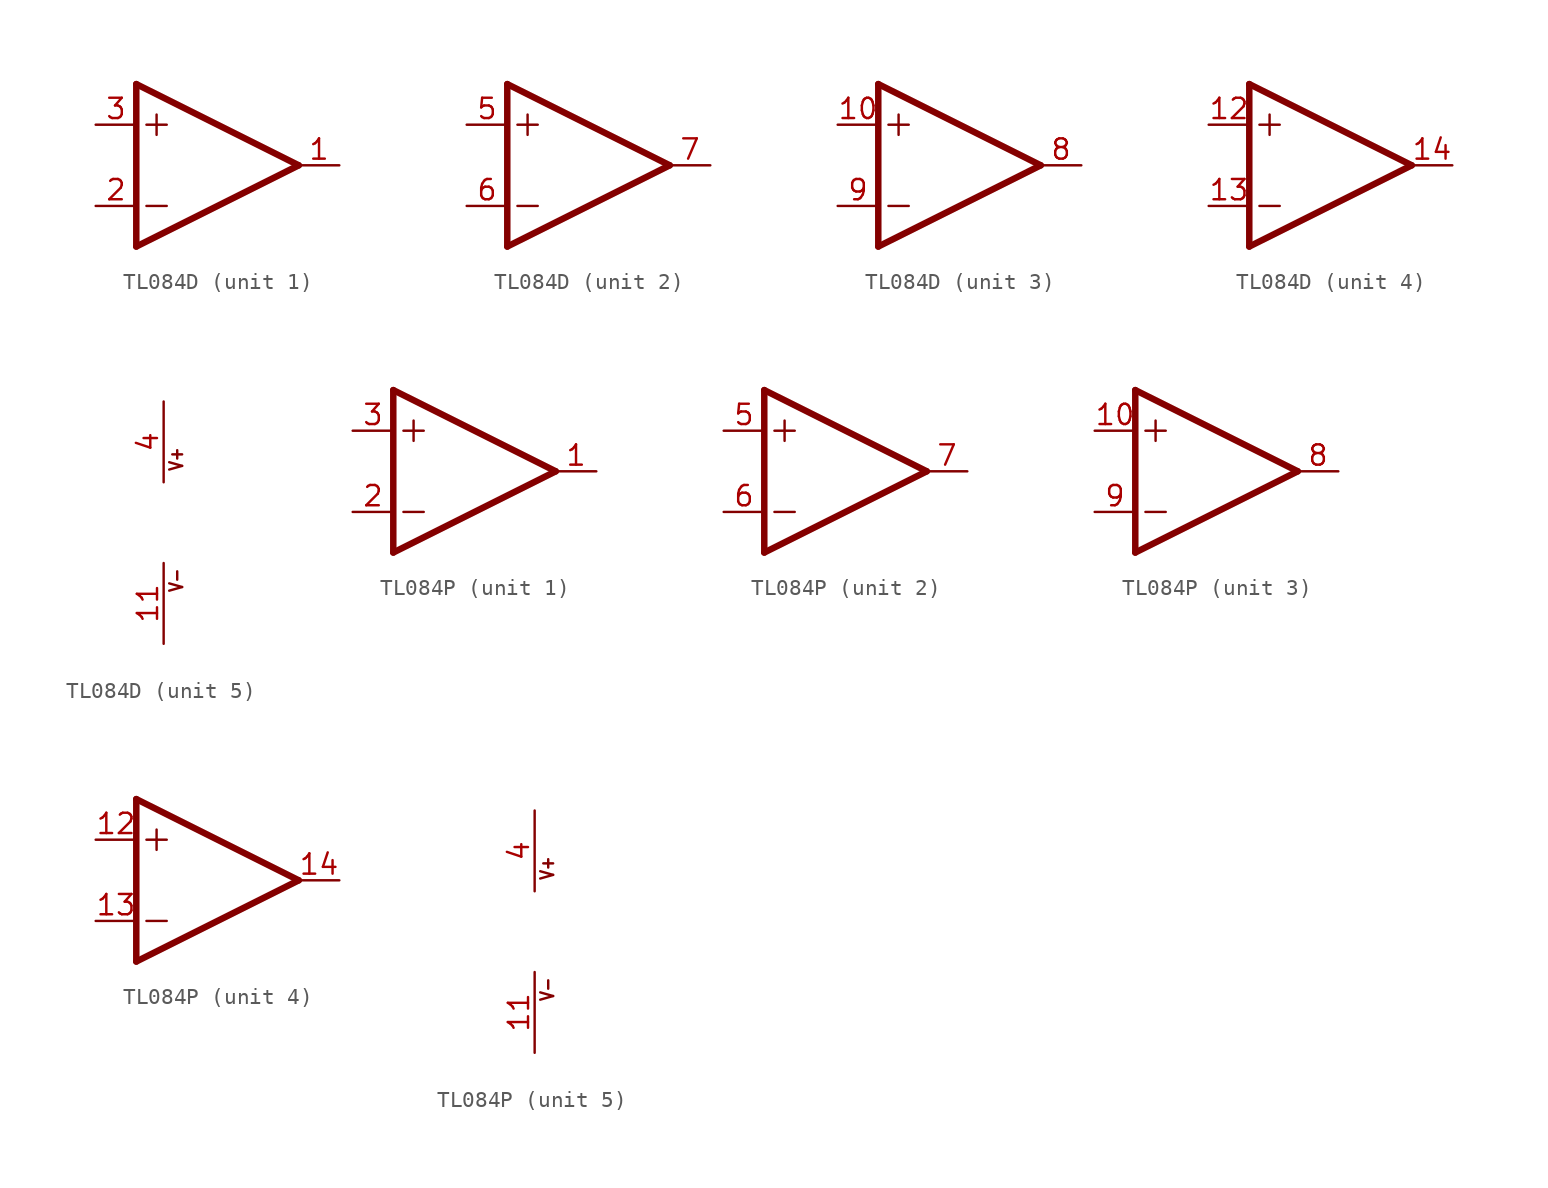
<source format=kicad_sym>
(kicad_symbol_lib
  (version 20231120)
  (generator "kicad_symbol_editor")
  (generator_version "8.0")
  (symbol "TL084D"
    (property "Reference" "IC"
      (at 2.54 3.175 0)
      (effects (font (size 1.778 1.511)) (justify left bottom) (hide yes)))
    (property "ki_locked" ""
      (at 0 0 0)
      (effects (font (size 1.27 1.27))))
    (symbol "TL084D_1_0"
      (polyline (pts (xy -5.08 -5.08) (xy 5.08 0)) (stroke (width 0.406) (type solid)) (fill (type none)))
      (polyline (pts (xy -5.08 5.08) (xy -5.08 -5.08)) (stroke (width 0.406) (type solid)) (fill (type none)))
      (polyline (pts (xy -4.445 -2.54) (xy -3.175 -2.54)) (stroke (width 0.152) (type solid)) (fill (type none)))
      (polyline (pts (xy -4.445 2.54) (xy -3.175 2.54)) (stroke (width 0.152) (type solid)) (fill (type none)))
      (polyline (pts (xy -3.81 3.175) (xy -3.81 1.905)) (stroke (width 0.152) (type solid)) (fill (type none)))
      (polyline (pts (xy 5.08 0) (xy -5.08 5.08)) (stroke (width 0.406) (type solid)) (fill (type none)))
      (pin output line (at 7.62 0 180) (length 2.54) (name "OUT" (effects (font (size 0 0)))) (number "1" (effects (font (size 1.27 1.27)))))
      (pin input line (at -7.62 -2.54 0) (length 2.54) (name "-IN" (effects (font (size 0 0)))) (number "2" (effects (font (size 1.27 1.27)))))
      (pin input line (at -7.62 2.54 0) (length 2.54) (name "+IN" (effects (font (size 0 0)))) (number "3" (effects (font (size 1.27 1.27))))))
    (symbol "TL084D_2_0"
      (polyline (pts (xy -5.08 -5.08) (xy 5.08 0)) (stroke (width 0.406) (type solid)) (fill (type none)))
      (polyline (pts (xy -5.08 5.08) (xy -5.08 -5.08)) (stroke (width 0.406) (type solid)) (fill (type none)))
      (polyline (pts (xy -4.445 -2.54) (xy -3.175 -2.54)) (stroke (width 0.152) (type solid)) (fill (type none)))
      (polyline (pts (xy -4.445 2.54) (xy -3.175 2.54)) (stroke (width 0.152) (type solid)) (fill (type none)))
      (polyline (pts (xy -3.81 3.175) (xy -3.81 1.905)) (stroke (width 0.152) (type solid)) (fill (type none)))
      (polyline (pts (xy 5.08 0) (xy -5.08 5.08)) (stroke (width 0.406) (type solid)) (fill (type none)))
      (pin input line (at -7.62 2.54 0) (length 2.54) (name "+IN" (effects (font (size 0 0)))) (number "5" (effects (font (size 1.27 1.27)))))
      (pin input line (at -7.62 -2.54 0) (length 2.54) (name "-IN" (effects (font (size 0 0)))) (number "6" (effects (font (size 1.27 1.27)))))
      (pin output line (at 7.62 0 180) (length 2.54) (name "OUT" (effects (font (size 0 0)))) (number "7" (effects (font (size 1.27 1.27))))))
    (symbol "TL084D_3_0"
      (polyline (pts (xy -5.08 -5.08) (xy 5.08 0)) (stroke (width 0.406) (type solid)) (fill (type none)))
      (polyline (pts (xy -5.08 5.08) (xy -5.08 -5.08)) (stroke (width 0.406) (type solid)) (fill (type none)))
      (polyline (pts (xy -4.445 -2.54) (xy -3.175 -2.54)) (stroke (width 0.152) (type solid)) (fill (type none)))
      (polyline (pts (xy -4.445 2.54) (xy -3.175 2.54)) (stroke (width 0.152) (type solid)) (fill (type none)))
      (polyline (pts (xy -3.81 3.175) (xy -3.81 1.905)) (stroke (width 0.152) (type solid)) (fill (type none)))
      (polyline (pts (xy 5.08 0) (xy -5.08 5.08)) (stroke (width 0.406) (type solid)) (fill (type none)))
      (pin input line (at -7.62 2.54 0) (length 2.54) (name "+IN" (effects (font (size 0 0)))) (number "10" (effects (font (size 1.27 1.27)))))
      (pin output line (at 7.62 0 180) (length 2.54) (name "OUT" (effects (font (size 0 0)))) (number "8" (effects (font (size 1.27 1.27)))))
      (pin input line (at -7.62 -2.54 0) (length 2.54) (name "-IN" (effects (font (size 0 0)))) (number "9" (effects (font (size 1.27 1.27))))))
    (symbol "TL084D_4_0"
      (polyline (pts (xy -5.08 -5.08) (xy 5.08 0)) (stroke (width 0.406) (type solid)) (fill (type none)))
      (polyline (pts (xy -5.08 5.08) (xy -5.08 -5.08)) (stroke (width 0.406) (type solid)) (fill (type none)))
      (polyline (pts (xy -4.445 -2.54) (xy -3.175 -2.54)) (stroke (width 0.152) (type solid)) (fill (type none)))
      (polyline (pts (xy -4.445 2.54) (xy -3.175 2.54)) (stroke (width 0.152) (type solid)) (fill (type none)))
      (polyline (pts (xy -3.81 3.175) (xy -3.81 1.905)) (stroke (width 0.152) (type solid)) (fill (type none)))
      (polyline (pts (xy 5.08 0) (xy -5.08 5.08)) (stroke (width 0.406) (type solid)) (fill (type none)))
      (pin input line (at -7.62 2.54 0) (length 2.54) (name "+IN" (effects (font (size 0 0)))) (number "12" (effects (font (size 1.27 1.27)))))
      (pin input line (at -7.62 -2.54 0) (length 2.54) (name "-IN" (effects (font (size 0 0)))) (number "13" (effects (font (size 1.27 1.27)))))
      (pin output line (at 7.62 0 180) (length 2.54) (name "OUT" (effects (font (size 0 0)))) (number "14" (effects (font (size 1.27 1.27))))))
    (symbol "TL084D_5_0"
      (text "V+" (at 1.27 3.175 900) (effects (font (size 0.813 0.691)) (justify left bottom)))
      (text "V-" (at 1.27 -4.445 900) (effects (font (size 0.813 0.691)) (justify left bottom)))
      (pin power_in line (at 0 -7.62 90) (length 5.08) (name "V-" (effects (font (size 0 0)))) (number "11" (effects (font (size 1.27 1.27)))))
      (pin power_in line (at 0 7.62 270) (length 5.08) (name "V+" (effects (font (size 0 0)))) (number "4" (effects (font (size 1.27 1.27)))))))
  (symbol "TL084P"
    (property "Reference" "IC"
      (at 2.54 3.175 0)
      (effects (font (size 1.778 1.511)) (justify left bottom) (hide yes)))
    (property "ki_locked" ""
      (at 0 0 0)
      (effects (font (size 1.27 1.27))))
    (symbol "TL084P_1_0"
      (polyline (pts (xy -5.08 -5.08) (xy 5.08 0)) (stroke (width 0.406) (type solid)) (fill (type none)))
      (polyline (pts (xy -5.08 5.08) (xy -5.08 -5.08)) (stroke (width 0.406) (type solid)) (fill (type none)))
      (polyline (pts (xy -4.445 -2.54) (xy -3.175 -2.54)) (stroke (width 0.152) (type solid)) (fill (type none)))
      (polyline (pts (xy -4.445 2.54) (xy -3.175 2.54)) (stroke (width 0.152) (type solid)) (fill (type none)))
      (polyline (pts (xy -3.81 3.175) (xy -3.81 1.905)) (stroke (width 0.152) (type solid)) (fill (type none)))
      (polyline (pts (xy 5.08 0) (xy -5.08 5.08)) (stroke (width 0.406) (type solid)) (fill (type none)))
      (pin output line (at 7.62 0 180) (length 2.54) (name "OUT" (effects (font (size 0 0)))) (number "1" (effects (font (size 1.27 1.27)))))
      (pin input line (at -7.62 -2.54 0) (length 2.54) (name "-IN" (effects (font (size 0 0)))) (number "2" (effects (font (size 1.27 1.27)))))
      (pin input line (at -7.62 2.54 0) (length 2.54) (name "+IN" (effects (font (size 0 0)))) (number "3" (effects (font (size 1.27 1.27))))))
    (symbol "TL084P_2_0"
      (polyline (pts (xy -5.08 -5.08) (xy 5.08 0)) (stroke (width 0.406) (type solid)) (fill (type none)))
      (polyline (pts (xy -5.08 5.08) (xy -5.08 -5.08)) (stroke (width 0.406) (type solid)) (fill (type none)))
      (polyline (pts (xy -4.445 -2.54) (xy -3.175 -2.54)) (stroke (width 0.152) (type solid)) (fill (type none)))
      (polyline (pts (xy -4.445 2.54) (xy -3.175 2.54)) (stroke (width 0.152) (type solid)) (fill (type none)))
      (polyline (pts (xy -3.81 3.175) (xy -3.81 1.905)) (stroke (width 0.152) (type solid)) (fill (type none)))
      (polyline (pts (xy 5.08 0) (xy -5.08 5.08)) (stroke (width 0.406) (type solid)) (fill (type none)))
      (pin input line (at -7.62 2.54 0) (length 2.54) (name "+IN" (effects (font (size 0 0)))) (number "5" (effects (font (size 1.27 1.27)))))
      (pin input line (at -7.62 -2.54 0) (length 2.54) (name "-IN" (effects (font (size 0 0)))) (number "6" (effects (font (size 1.27 1.27)))))
      (pin output line (at 7.62 0 180) (length 2.54) (name "OUT" (effects (font (size 0 0)))) (number "7" (effects (font (size 1.27 1.27))))))
    (symbol "TL084P_3_0"
      (polyline (pts (xy -5.08 -5.08) (xy 5.08 0)) (stroke (width 0.406) (type solid)) (fill (type none)))
      (polyline (pts (xy -5.08 5.08) (xy -5.08 -5.08)) (stroke (width 0.406) (type solid)) (fill (type none)))
      (polyline (pts (xy -4.445 -2.54) (xy -3.175 -2.54)) (stroke (width 0.152) (type solid)) (fill (type none)))
      (polyline (pts (xy -4.445 2.54) (xy -3.175 2.54)) (stroke (width 0.152) (type solid)) (fill (type none)))
      (polyline (pts (xy -3.81 3.175) (xy -3.81 1.905)) (stroke (width 0.152) (type solid)) (fill (type none)))
      (polyline (pts (xy 5.08 0) (xy -5.08 5.08)) (stroke (width 0.406) (type solid)) (fill (type none)))
      (pin input line (at -7.62 2.54 0) (length 2.54) (name "+IN" (effects (font (size 0 0)))) (number "10" (effects (font (size 1.27 1.27)))))
      (pin output line (at 7.62 0 180) (length 2.54) (name "OUT" (effects (font (size 0 0)))) (number "8" (effects (font (size 1.27 1.27)))))
      (pin input line (at -7.62 -2.54 0) (length 2.54) (name "-IN" (effects (font (size 0 0)))) (number "9" (effects (font (size 1.27 1.27))))))
    (symbol "TL084P_4_0"
      (polyline (pts (xy -5.08 -5.08) (xy 5.08 0)) (stroke (width 0.406) (type solid)) (fill (type none)))
      (polyline (pts (xy -5.08 5.08) (xy -5.08 -5.08)) (stroke (width 0.406) (type solid)) (fill (type none)))
      (polyline (pts (xy -4.445 -2.54) (xy -3.175 -2.54)) (stroke (width 0.152) (type solid)) (fill (type none)))
      (polyline (pts (xy -4.445 2.54) (xy -3.175 2.54)) (stroke (width 0.152) (type solid)) (fill (type none)))
      (polyline (pts (xy -3.81 3.175) (xy -3.81 1.905)) (stroke (width 0.152) (type solid)) (fill (type none)))
      (polyline (pts (xy 5.08 0) (xy -5.08 5.08)) (stroke (width 0.406) (type solid)) (fill (type none)))
      (pin input line (at -7.62 2.54 0) (length 2.54) (name "+IN" (effects (font (size 0 0)))) (number "12" (effects (font (size 1.27 1.27)))))
      (pin input line (at -7.62 -2.54 0) (length 2.54) (name "-IN" (effects (font (size 0 0)))) (number "13" (effects (font (size 1.27 1.27)))))
      (pin output line (at 7.62 0 180) (length 2.54) (name "OUT" (effects (font (size 0 0)))) (number "14" (effects (font (size 1.27 1.27))))))
    (symbol "TL084P_5_0"
      (text "V+" (at 1.27 3.175 900) (effects (font (size 0.813 0.691)) (justify left bottom)))
      (text "V-" (at 1.27 -4.445 900) (effects (font (size 0.813 0.691)) (justify left bottom)))
      (pin power_in line (at 0 -7.62 90) (length 5.08) (name "V-" (effects (font (size 0 0)))) (number "11" (effects (font (size 1.27 1.27)))))
      (pin power_in line (at 0 7.62 270) (length 5.08) (name "V+" (effects (font (size 0 0)))) (number "4" (effects (font (size 1.27 1.27))))))))
</source>
